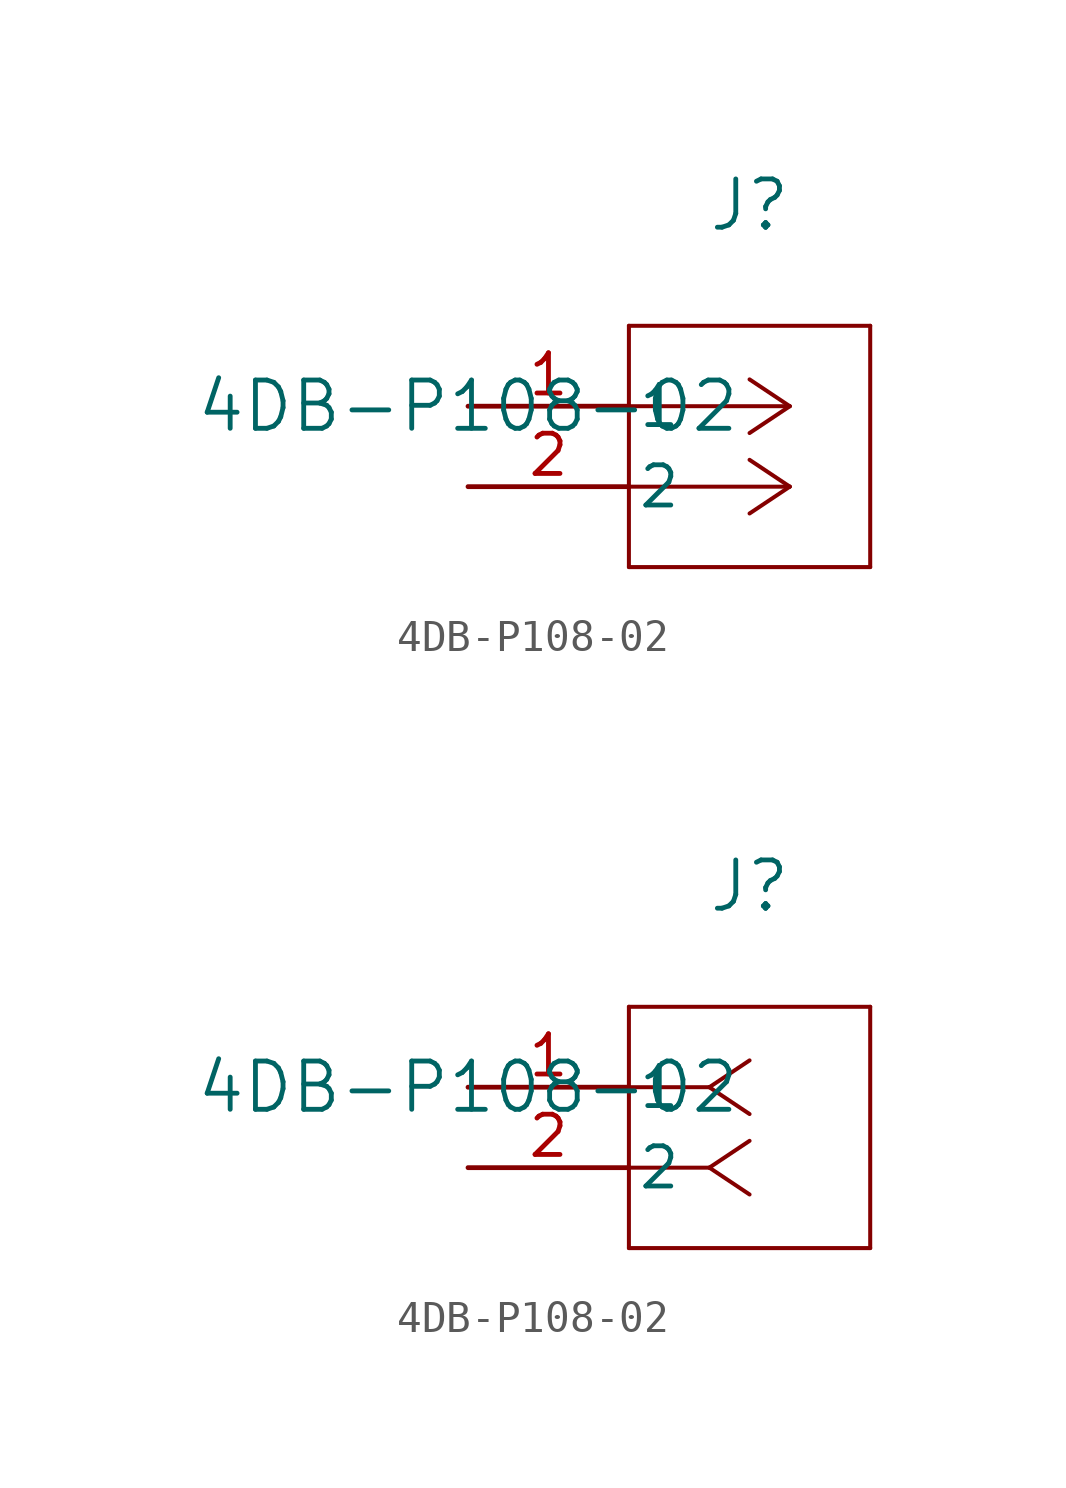
<source format=kicad_sym>
(kicad_symbol_lib
  (version 20211014)
  (generator kicad_symbol_editor)
  (symbol "4DB-P108-02"
    (pin_names
      (offset 0.254))
    (property "Reference" "J"
      (at 8.89 6.35 0)
      (effects (font (size 1.524 1.524))))
    (property "Value" "4DB-P108-02"
      (at 0 0 0)
      (effects (font (size 1.524 1.524))))
    (symbol "4DB-P108-02_1_1"
      (polyline (pts (xy 10.16 0) (xy 5.08 0)) (stroke (width 0.127) (type default) (color 0 0 0 0)) (fill (type none)))
      (polyline (pts (xy 10.16 -2.54) (xy 5.08 -2.54)) (stroke (width 0.127) (type default) (color 0 0 0 0)) (fill (type none)))
      (polyline (pts (xy 10.16 0) (xy 8.89 0.847)) (stroke (width 0.127) (type default) (color 0 0 0 0)) (fill (type none)))
      (polyline (pts (xy 10.16 -2.54) (xy 8.89 -1.693)) (stroke (width 0.127) (type default) (color 0 0 0 0)) (fill (type none)))
      (polyline (pts (xy 10.16 0) (xy 8.89 -0.847)) (stroke (width 0.127) (type default) (color 0 0 0 0)) (fill (type none)))
      (polyline (pts (xy 10.16 -2.54) (xy 8.89 -3.387)) (stroke (width 0.127) (type default) (color 0 0 0 0)) (fill (type none)))
      (polyline (pts (xy 5.08 2.54) (xy 5.08 -5.08)) (stroke (width 0.127) (type default) (color 0 0 0 0)) (fill (type none)))
      (polyline (pts (xy 5.08 -5.08) (xy 12.7 -5.08)) (stroke (width 0.127) (type default) (color 0 0 0 0)) (fill (type none)))
      (polyline (pts (xy 12.7 -5.08) (xy 12.7 2.54)) (stroke (width 0.127) (type default) (color 0 0 0 0)) (fill (type none)))
      (polyline (pts (xy 12.7 2.54) (xy 5.08 2.54)) (stroke (width 0.127) (type default) (color 0 0 0 0)) (fill (type none)))
      (pin unspecified line (at 0 0 0) (length 5.08) (name "1" (effects (font (size 1.27 1.27)))) (number "1" (effects (font (size 1.27 1.27)))))
      (pin unspecified line (at 0 -2.54 0) (length 5.08) (name "2" (effects (font (size 1.27 1.27)))) (number "2" (effects (font (size 1.27 1.27))))))
    (symbol "4DB-P108-02_1_2"
      (polyline (pts (xy 7.62 0) (xy 5.08 0)) (stroke (width 0.127) (type default) (color 0 0 0 0)) (fill (type none)))
      (polyline (pts (xy 7.62 -2.54) (xy 5.08 -2.54)) (stroke (width 0.127) (type default) (color 0 0 0 0)) (fill (type none)))
      (polyline (pts (xy 7.62 0) (xy 8.89 0.847)) (stroke (width 0.127) (type default) (color 0 0 0 0)) (fill (type none)))
      (polyline (pts (xy 7.62 -2.54) (xy 8.89 -1.693)) (stroke (width 0.127) (type default) (color 0 0 0 0)) (fill (type none)))
      (polyline (pts (xy 7.62 0) (xy 8.89 -0.847)) (stroke (width 0.127) (type default) (color 0 0 0 0)) (fill (type none)))
      (polyline (pts (xy 7.62 -2.54) (xy 8.89 -3.387)) (stroke (width 0.127) (type default) (color 0 0 0 0)) (fill (type none)))
      (polyline (pts (xy 5.08 2.54) (xy 5.08 -5.08)) (stroke (width 0.127) (type default) (color 0 0 0 0)) (fill (type none)))
      (polyline (pts (xy 5.08 -5.08) (xy 12.7 -5.08)) (stroke (width 0.127) (type default) (color 0 0 0 0)) (fill (type none)))
      (polyline (pts (xy 12.7 -5.08) (xy 12.7 2.54)) (stroke (width 0.127) (type default) (color 0 0 0 0)) (fill (type none)))
      (polyline (pts (xy 12.7 2.54) (xy 5.08 2.54)) (stroke (width 0.127) (type default) (color 0 0 0 0)) (fill (type none)))
      (pin unspecified line (at 0 0 0) (length 5.08) (name "1" (effects (font (size 1.27 1.27)))) (number "1" (effects (font (size 1.27 1.27)))))
      (pin unspecified line (at 0 -2.54 0) (length 5.08) (name "2" (effects (font (size 1.27 1.27)))) (number "2" (effects (font (size 1.27 1.27))))))))
</source>
